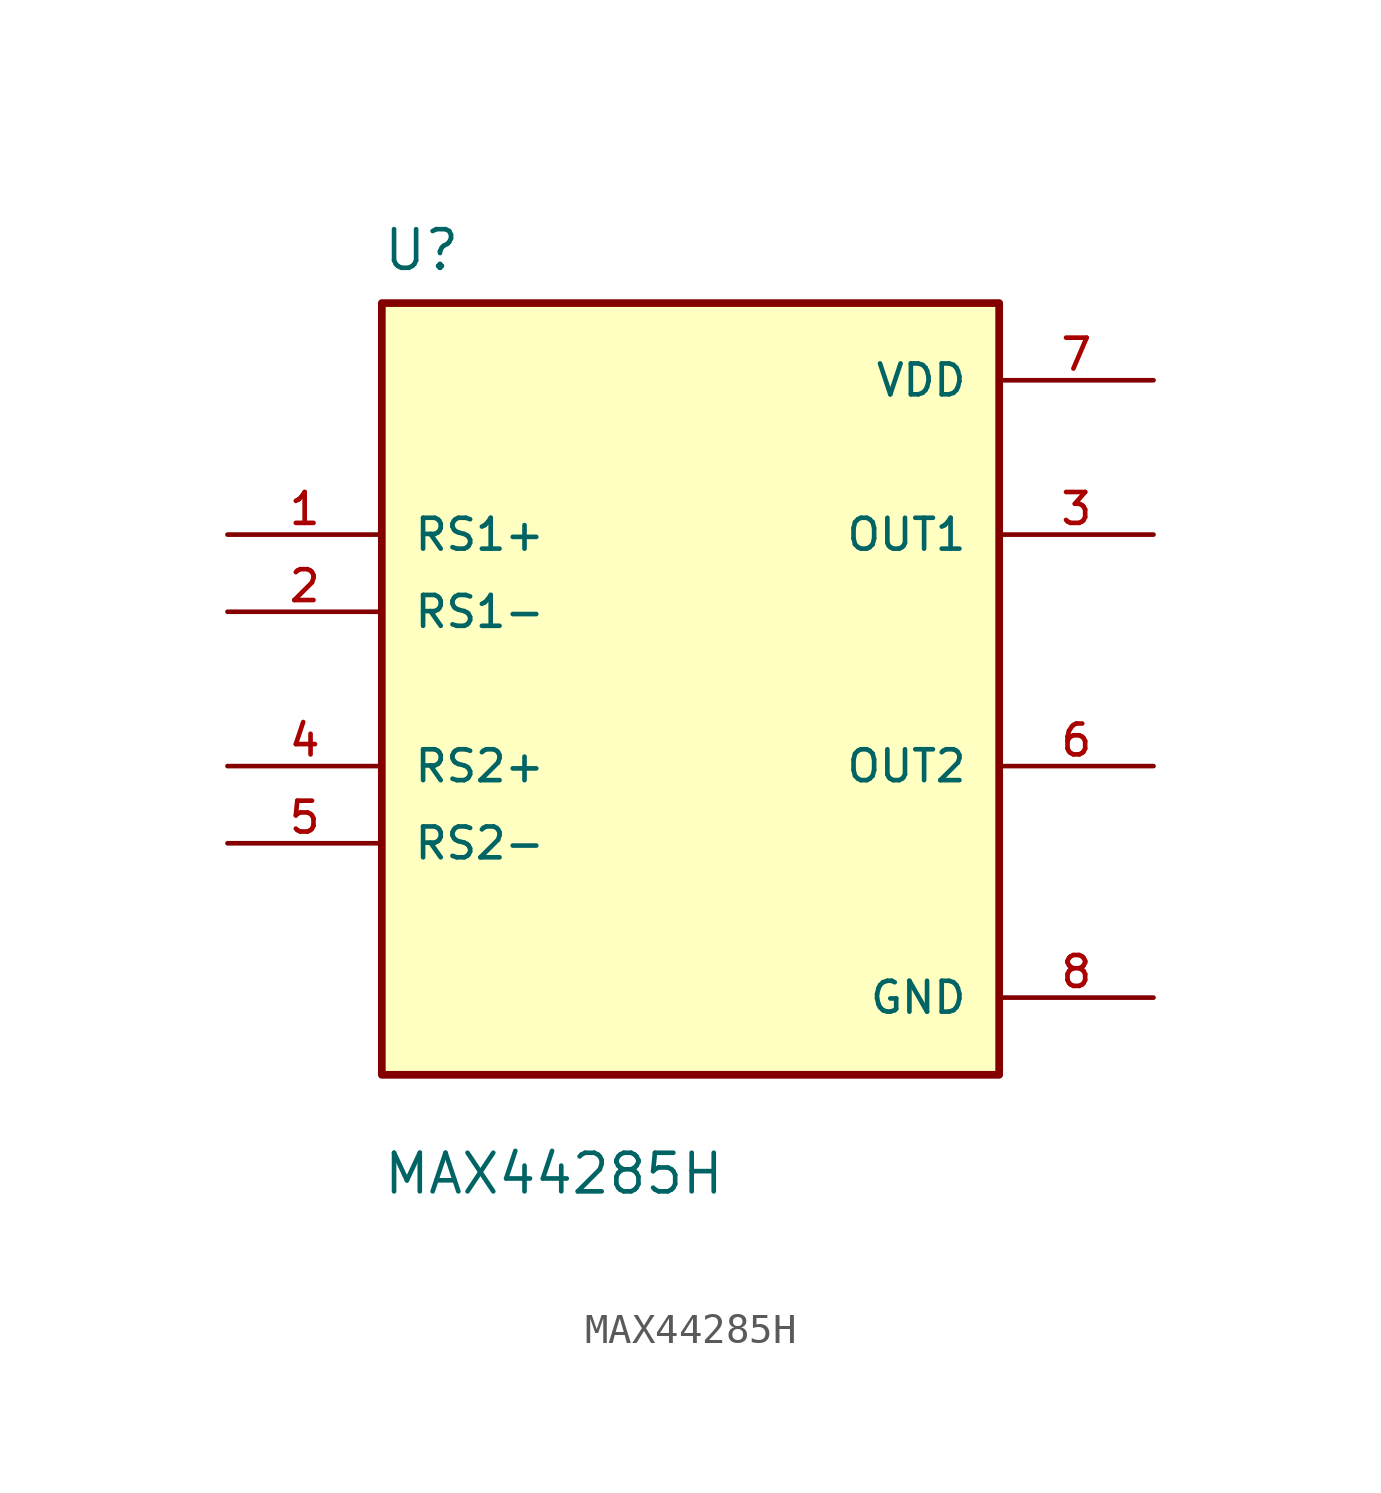
<source format=kicad_sym>
(kicad_symbol_lib
  (version 20231120)
  (generator "kicad_symbol_editor")
  (generator_version "8.0")
  (symbol "MAX44285H"
    (pin_names
      (offset 1.016))
    (property "Reference" "U"
      (at -10.16 13.7 0)
      (effects (font (size 1.27 1.27)) (justify left bottom)))
    (property "Value" "MAX44285H"
      (at -10.16 -16.7 0)
      (effects (font (size 1.27 1.27)) (justify left bottom)))
    (symbol "MAX44285H_0_0"
      (rectangle (start -10.16 -12.7) (end 10.16 12.7) (stroke (width 0.254) (type default)) (fill (type background)))
      (pin passive line (at -15.24 5.08 0) (length 5.08) (name "RS1+" (effects (font (size 1.016 1.016)))) (number "1" (effects (font (size 1.016 1.016)))))
      (pin passive line (at -15.24 2.54 0) (length 5.08) (name "RS1-" (effects (font (size 1.016 1.016)))) (number "2" (effects (font (size 1.016 1.016)))))
      (pin passive line (at 15.24 5.08 180) (length 5.08) (name "OUT1" (effects (font (size 1.016 1.016)))) (number "3" (effects (font (size 1.016 1.016)))))
      (pin passive line (at -15.24 -2.54 0) (length 5.08) (name "RS2+" (effects (font (size 1.016 1.016)))) (number "4" (effects (font (size 1.016 1.016)))))
      (pin passive line (at -15.24 -5.08 0) (length 5.08) (name "RS2-" (effects (font (size 1.016 1.016)))) (number "5" (effects (font (size 1.016 1.016)))))
      (pin passive line (at 15.24 -2.54 180) (length 5.08) (name "OUT2" (effects (font (size 1.016 1.016)))) (number "6" (effects (font (size 1.016 1.016)))))
      (pin passive line (at 15.24 10.16 180) (length 5.08) (name "VDD" (effects (font (size 1.016 1.016)))) (number "7" (effects (font (size 1.016 1.016)))))
      (pin passive line (at 15.24 -10.16 180) (length 5.08) (name "GND" (effects (font (size 1.016 1.016)))) (number "8" (effects (font (size 1.016 1.016))))))))
</source>
